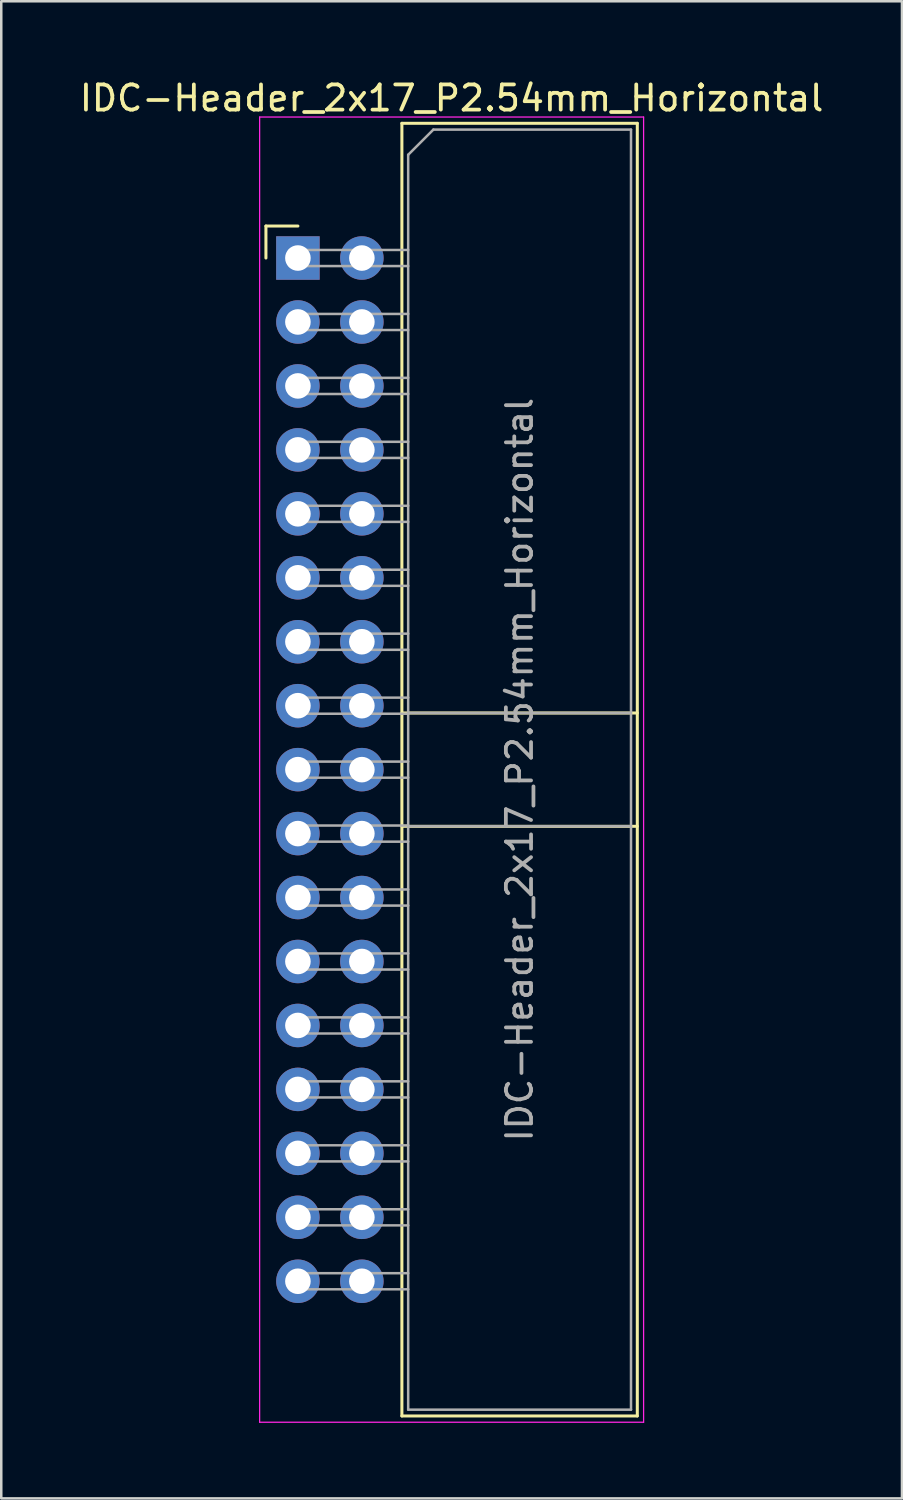
<source format=kicad_pcb>
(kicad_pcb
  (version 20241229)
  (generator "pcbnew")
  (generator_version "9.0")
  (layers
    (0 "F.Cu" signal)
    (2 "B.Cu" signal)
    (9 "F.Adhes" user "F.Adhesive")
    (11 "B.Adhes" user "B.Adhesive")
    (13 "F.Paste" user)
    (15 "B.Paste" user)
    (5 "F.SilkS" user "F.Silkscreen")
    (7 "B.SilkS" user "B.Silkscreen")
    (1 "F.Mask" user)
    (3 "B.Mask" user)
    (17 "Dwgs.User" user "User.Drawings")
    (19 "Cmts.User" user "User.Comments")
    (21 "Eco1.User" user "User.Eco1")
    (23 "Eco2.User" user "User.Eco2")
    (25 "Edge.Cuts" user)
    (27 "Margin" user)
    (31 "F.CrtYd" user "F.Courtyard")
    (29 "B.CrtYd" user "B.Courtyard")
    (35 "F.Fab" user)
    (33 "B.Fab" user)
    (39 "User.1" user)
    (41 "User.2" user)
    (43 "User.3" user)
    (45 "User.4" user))
  (footprint "IDC-Header_2x17_P2.54mm_Horizontal"
    (layer "F.Cu")
    (at 8.782 7.198)
    (property "Reference" "IDC-Header_2x17_P2.54mm_Horizontal" (at 6.105 -6.35 0) (layer "F.SilkS") (effects (font (size 1 1) (thickness 0.15))))
    (attr through_hole)
    (fp_line (start -1.27 -1.27) (end -1.27 0) (stroke (width 0.12) (type solid)) (layer "F.SilkS"))
    (fp_line (start 0 -1.27) (end -1.27 -1.27) (stroke (width 0.12) (type solid)) (layer "F.SilkS"))
    (fp_line (start 4.13 -5.35) (end 13.48 -5.35) (stroke (width 0.12) (type solid)) (layer "F.SilkS"))
    (fp_line (start 4.13 18.07) (end 13.48 18.07) (stroke (width 0.12) (type solid)) (layer "F.SilkS"))
    (fp_line (start 4.13 22.57) (end 13.48 22.57) (stroke (width 0.12) (type solid)) (layer "F.SilkS"))
    (fp_line (start 4.13 45.99) (end 4.13 -5.35) (stroke (width 0.12) (type solid)) (layer "F.SilkS"))
    (fp_line (start 4.13 45.99) (end 13.48 45.99) (stroke (width 0.12) (type solid)) (layer "F.SilkS"))
    (fp_line (start 13.48 -5.35) (end 13.48 45.99) (stroke (width 0.12) (type solid)) (layer "F.SilkS"))
    (fp_line (start -1.52 -5.6) (end 13.73 -5.6) (stroke (width 0.05) (type solid)) (layer "F.CrtYd"))
    (fp_line (start -1.52 46.24) (end -1.52 -5.6) (stroke (width 0.05) (type solid)) (layer "F.CrtYd"))
    (fp_line (start 13.73 -5.6) (end 13.73 46.24) (stroke (width 0.05) (type solid)) (layer "F.CrtYd"))
    (fp_line (start 13.73 46.24) (end -1.52 46.24) (stroke (width 0.05) (type solid)) (layer "F.CrtYd"))
    (fp_line (start -0.32 -0.32) (end -0.32 0.32) (stroke (width 0.1) (type solid)) (layer "F.Fab"))
    (fp_line (start -0.32 0.32) (end 4.38 0.32) (stroke (width 0.1) (type solid)) (layer "F.Fab"))
    (fp_line (start -0.32 2.22) (end -0.32 2.86) (stroke (width 0.1) (type solid)) (layer "F.Fab"))
    (fp_line (start -0.32 2.86) (end 4.38 2.86) (stroke (width 0.1) (type solid)) (layer "F.Fab"))
    (fp_line (start -0.32 4.76) (end -0.32 5.4) (stroke (width 0.1) (type solid)) (layer "F.Fab"))
    (fp_line (start -0.32 5.4) (end 4.38 5.4) (stroke (width 0.1) (type solid)) (layer "F.Fab"))
    (fp_line (start -0.32 7.3) (end -0.32 7.94) (stroke (width 0.1) (type solid)) (layer "F.Fab"))
    (fp_line (start -0.32 7.94) (end 4.38 7.94) (stroke (width 0.1) (type solid)) (layer "F.Fab"))
    (fp_line (start -0.32 9.84) (end -0.32 10.48) (stroke (width 0.1) (type solid)) (layer "F.Fab"))
    (fp_line (start -0.32 10.48) (end 4.38 10.48) (stroke (width 0.1) (type solid)) (layer "F.Fab"))
    (fp_line (start -0.32 12.38) (end -0.32 13.02) (stroke (width 0.1) (type solid)) (layer "F.Fab"))
    (fp_line (start -0.32 13.02) (end 4.38 13.02) (stroke (width 0.1) (type solid)) (layer "F.Fab"))
    (fp_line (start -0.32 14.92) (end -0.32 15.56) (stroke (width 0.1) (type solid)) (layer "F.Fab"))
    (fp_line (start -0.32 15.56) (end 4.38 15.56) (stroke (width 0.1) (type solid)) (layer "F.Fab"))
    (fp_line (start -0.32 17.46) (end -0.32 18.1) (stroke (width 0.1) (type solid)) (layer "F.Fab"))
    (fp_line (start -0.32 18.1) (end 4.38 18.1) (stroke (width 0.1) (type solid)) (layer "F.Fab"))
    (fp_line (start -0.32 20) (end -0.32 20.64) (stroke (width 0.1) (type solid)) (layer "F.Fab"))
    (fp_line (start -0.32 20.64) (end 4.38 20.64) (stroke (width 0.1) (type solid)) (layer "F.Fab"))
    (fp_line (start -0.32 22.54) (end -0.32 23.18) (stroke (width 0.1) (type solid)) (layer "F.Fab"))
    (fp_line (start -0.32 23.18) (end 4.38 23.18) (stroke (width 0.1) (type solid)) (layer "F.Fab"))
    (fp_line (start -0.32 25.08) (end -0.32 25.72) (stroke (width 0.1) (type solid)) (layer "F.Fab"))
    (fp_line (start -0.32 25.72) (end 4.38 25.72) (stroke (width 0.1) (type solid)) (layer "F.Fab"))
    (fp_line (start -0.32 27.62) (end -0.32 28.26) (stroke (width 0.1) (type solid)) (layer "F.Fab"))
    (fp_line (start -0.32 28.26) (end 4.38 28.26) (stroke (width 0.1) (type solid)) (layer "F.Fab"))
    (fp_line (start -0.32 30.16) (end -0.32 30.8) (stroke (width 0.1) (type solid)) (layer "F.Fab"))
    (fp_line (start -0.32 30.8) (end 4.38 30.8) (stroke (width 0.1) (type solid)) (layer "F.Fab"))
    (fp_line (start -0.32 32.7) (end -0.32 33.34) (stroke (width 0.1) (type solid)) (layer "F.Fab"))
    (fp_line (start -0.32 33.34) (end 4.38 33.34) (stroke (width 0.1) (type solid)) (layer "F.Fab"))
    (fp_line (start -0.32 35.24) (end -0.32 35.88) (stroke (width 0.1) (type solid)) (layer "F.Fab"))
    (fp_line (start -0.32 35.88) (end 4.38 35.88) (stroke (width 0.1) (type solid)) (layer "F.Fab"))
    (fp_line (start -0.32 37.78) (end -0.32 38.42) (stroke (width 0.1) (type solid)) (layer "F.Fab"))
    (fp_line (start -0.32 38.42) (end 4.38 38.42) (stroke (width 0.1) (type solid)) (layer "F.Fab"))
    (fp_line (start -0.32 40.32) (end -0.32 40.96) (stroke (width 0.1) (type solid)) (layer "F.Fab"))
    (fp_line (start -0.32 40.96) (end 4.38 40.96) (stroke (width 0.1) (type solid)) (layer "F.Fab"))
    (fp_line (start 4.38 -4.1) (end 5.38 -5.1) (stroke (width 0.1) (type solid)) (layer "F.Fab"))
    (fp_line (start 4.38 -0.32) (end -0.32 -0.32) (stroke (width 0.1) (type solid)) (layer "F.Fab"))
    (fp_line (start 4.38 2.22) (end -0.32 2.22) (stroke (width 0.1) (type solid)) (layer "F.Fab"))
    (fp_line (start 4.38 4.76) (end -0.32 4.76) (stroke (width 0.1) (type solid)) (layer "F.Fab"))
    (fp_line (start 4.38 7.3) (end -0.32 7.3) (stroke (width 0.1) (type solid)) (layer "F.Fab"))
    (fp_line (start 4.38 9.84) (end -0.32 9.84) (stroke (width 0.1) (type solid)) (layer "F.Fab"))
    (fp_line (start 4.38 12.38) (end -0.32 12.38) (stroke (width 0.1) (type solid)) (layer "F.Fab"))
    (fp_line (start 4.38 14.92) (end -0.32 14.92) (stroke (width 0.1) (type solid)) (layer "F.Fab"))
    (fp_line (start 4.38 17.46) (end -0.32 17.46) (stroke (width 0.1) (type solid)) (layer "F.Fab"))
    (fp_line (start 4.38 18.07) (end 13.23 18.07) (stroke (width 0.1) (type solid)) (layer "F.Fab"))
    (fp_line (start 4.38 20) (end -0.32 20) (stroke (width 0.1) (type solid)) (layer "F.Fab"))
    (fp_line (start 4.38 22.54) (end -0.32 22.54) (stroke (width 0.1) (type solid)) (layer "F.Fab"))
    (fp_line (start 4.38 22.57) (end 13.23 22.57) (stroke (width 0.1) (type solid)) (layer "F.Fab"))
    (fp_line (start 4.38 25.08) (end -0.32 25.08) (stroke (width 0.1) (type solid)) (layer "F.Fab"))
    (fp_line (start 4.38 27.62) (end -0.32 27.62) (stroke (width 0.1) (type solid)) (layer "F.Fab"))
    (fp_line (start 4.38 30.16) (end -0.32 30.16) (stroke (width 0.1) (type solid)) (layer "F.Fab"))
    (fp_line (start 4.38 32.7) (end -0.32 32.7) (stroke (width 0.1) (type solid)) (layer "F.Fab"))
    (fp_line (start 4.38 35.24) (end -0.32 35.24) (stroke (width 0.1) (type solid)) (layer "F.Fab"))
    (fp_line (start 4.38 37.78) (end -0.32 37.78) (stroke (width 0.1) (type solid)) (layer "F.Fab"))
    (fp_line (start 4.38 40.32) (end -0.32 40.32) (stroke (width 0.1) (type solid)) (layer "F.Fab"))
    (fp_line (start 4.38 45.74) (end 4.38 -4.1) (stroke (width 0.1) (type solid)) (layer "F.Fab"))
    (fp_line (start 4.38 45.74) (end 13.23 45.74) (stroke (width 0.1) (type solid)) (layer "F.Fab"))
    (fp_line (start 5.38 -5.1) (end 13.23 -5.1) (stroke (width 0.1) (type solid)) (layer "F.Fab"))
    (fp_line (start 13.23 45.74) (end 13.23 -5.1) (stroke (width 0.1) (type solid)) (layer "F.Fab"))
    (fp_text user "${REFERENCE}" (at 8.805 20.32 90) (layer "F.Fab") (effects (font (size 1 1) (thickness 0.15))))
    (pad "1" thru_hole rect (at 0 0) (size 1.727 1.727) (drill 1.016) (layers "*.Cu" "*.Mask"))
    (pad "2" thru_hole oval (at 2.54 0) (size 1.727 1.727) (drill 1.016) (layers "*.Cu" "*.Mask"))
    (pad "3" thru_hole oval (at 0 2.54) (size 1.727 1.727) (drill 1.016) (layers "*.Cu" "*.Mask"))
    (pad "4" thru_hole oval (at 2.54 2.54) (size 1.727 1.727) (drill 1.016) (layers "*.Cu" "*.Mask"))
    (pad "5" thru_hole oval (at 0 5.08) (size 1.727 1.727) (drill 1.016) (layers "*.Cu" "*.Mask"))
    (pad "6" thru_hole oval (at 2.54 5.08) (size 1.727 1.727) (drill 1.016) (layers "*.Cu" "*.Mask"))
    (pad "7" thru_hole oval (at 0 7.62) (size 1.727 1.727) (drill 1.016) (layers "*.Cu" "*.Mask"))
    (pad "8" thru_hole oval (at 2.54 7.62) (size 1.727 1.727) (drill 1.016) (layers "*.Cu" "*.Mask"))
    (pad "9" thru_hole oval (at 0 10.16) (size 1.727 1.727) (drill 1.016) (layers "*.Cu" "*.Mask"))
    (pad "10" thru_hole oval (at 2.54 10.16) (size 1.727 1.727) (drill 1.016) (layers "*.Cu" "*.Mask"))
    (pad "11" thru_hole oval (at 0 12.7) (size 1.727 1.727) (drill 1.016) (layers "*.Cu" "*.Mask"))
    (pad "12" thru_hole oval (at 2.54 12.7) (size 1.727 1.727) (drill 1.016) (layers "*.Cu" "*.Mask"))
    (pad "13" thru_hole oval (at 0 15.24) (size 1.727 1.727) (drill 1.016) (layers "*.Cu" "*.Mask"))
    (pad "14" thru_hole oval (at 2.54 15.24) (size 1.727 1.727) (drill 1.016) (layers "*.Cu" "*.Mask"))
    (pad "15" thru_hole oval (at 0 17.78) (size 1.727 1.727) (drill 1.016) (layers "*.Cu" "*.Mask"))
    (pad "16" thru_hole oval (at 2.54 17.78) (size 1.727 1.727) (drill 1.016) (layers "*.Cu" "*.Mask"))
    (pad "17" thru_hole oval (at 0 20.32) (size 1.727 1.727) (drill 1.016) (layers "*.Cu" "*.Mask"))
    (pad "18" thru_hole oval (at 2.54 20.32) (size 1.727 1.727) (drill 1.016) (layers "*.Cu" "*.Mask"))
    (pad "19" thru_hole oval (at 0 22.86) (size 1.727 1.727) (drill 1.016) (layers "*.Cu" "*.Mask"))
    (pad "20" thru_hole oval (at 2.54 22.86) (size 1.727 1.727) (drill 1.016) (layers "*.Cu" "*.Mask"))
    (pad "21" thru_hole oval (at 0 25.4) (size 1.727 1.727) (drill 1.016) (layers "*.Cu" "*.Mask"))
    (pad "22" thru_hole oval (at 2.54 25.4) (size 1.727 1.727) (drill 1.016) (layers "*.Cu" "*.Mask"))
    (pad "23" thru_hole oval (at 0 27.94) (size 1.727 1.727) (drill 1.016) (layers "*.Cu" "*.Mask"))
    (pad "24" thru_hole oval (at 2.54 27.94) (size 1.727 1.727) (drill 1.016) (layers "*.Cu" "*.Mask"))
    (pad "25" thru_hole oval (at 0 30.48) (size 1.727 1.727) (drill 1.016) (layers "*.Cu" "*.Mask"))
    (pad "26" thru_hole oval (at 2.54 30.48) (size 1.727 1.727) (drill 1.016) (layers "*.Cu" "*.Mask"))
    (pad "27" thru_hole oval (at 0 33.02) (size 1.727 1.727) (drill 1.016) (layers "*.Cu" "*.Mask"))
    (pad "28" thru_hole oval (at 2.54 33.02) (size 1.727 1.727) (drill 1.016) (layers "*.Cu" "*.Mask"))
    (pad "29" thru_hole oval (at 0 35.56) (size 1.727 1.727) (drill 1.016) (layers "*.Cu" "*.Mask"))
    (pad "30" thru_hole oval (at 2.54 35.56) (size 1.727 1.727) (drill 1.016) (layers "*.Cu" "*.Mask"))
    (pad "31" thru_hole oval (at 0 38.1) (size 1.727 1.727) (drill 1.016) (layers "*.Cu" "*.Mask"))
    (pad "32" thru_hole oval (at 2.54 38.1) (size 1.727 1.727) (drill 1.016) (layers "*.Cu" "*.Mask"))
    (pad "33" thru_hole oval (at 0 40.64) (size 1.727 1.727) (drill 1.016) (layers "*.Cu" "*.Mask"))
    (pad "34" thru_hole oval (at 2.54 40.64) (size 1.727 1.727) (drill 1.016) (layers "*.Cu" "*.Mask")))
  (gr_rect
    (start -3 -3)
    (end 32.774 56.463)
    (stroke (width 0.1) (type default))
    (fill no)
    (layer "Edge.Cuts")))
</source>
